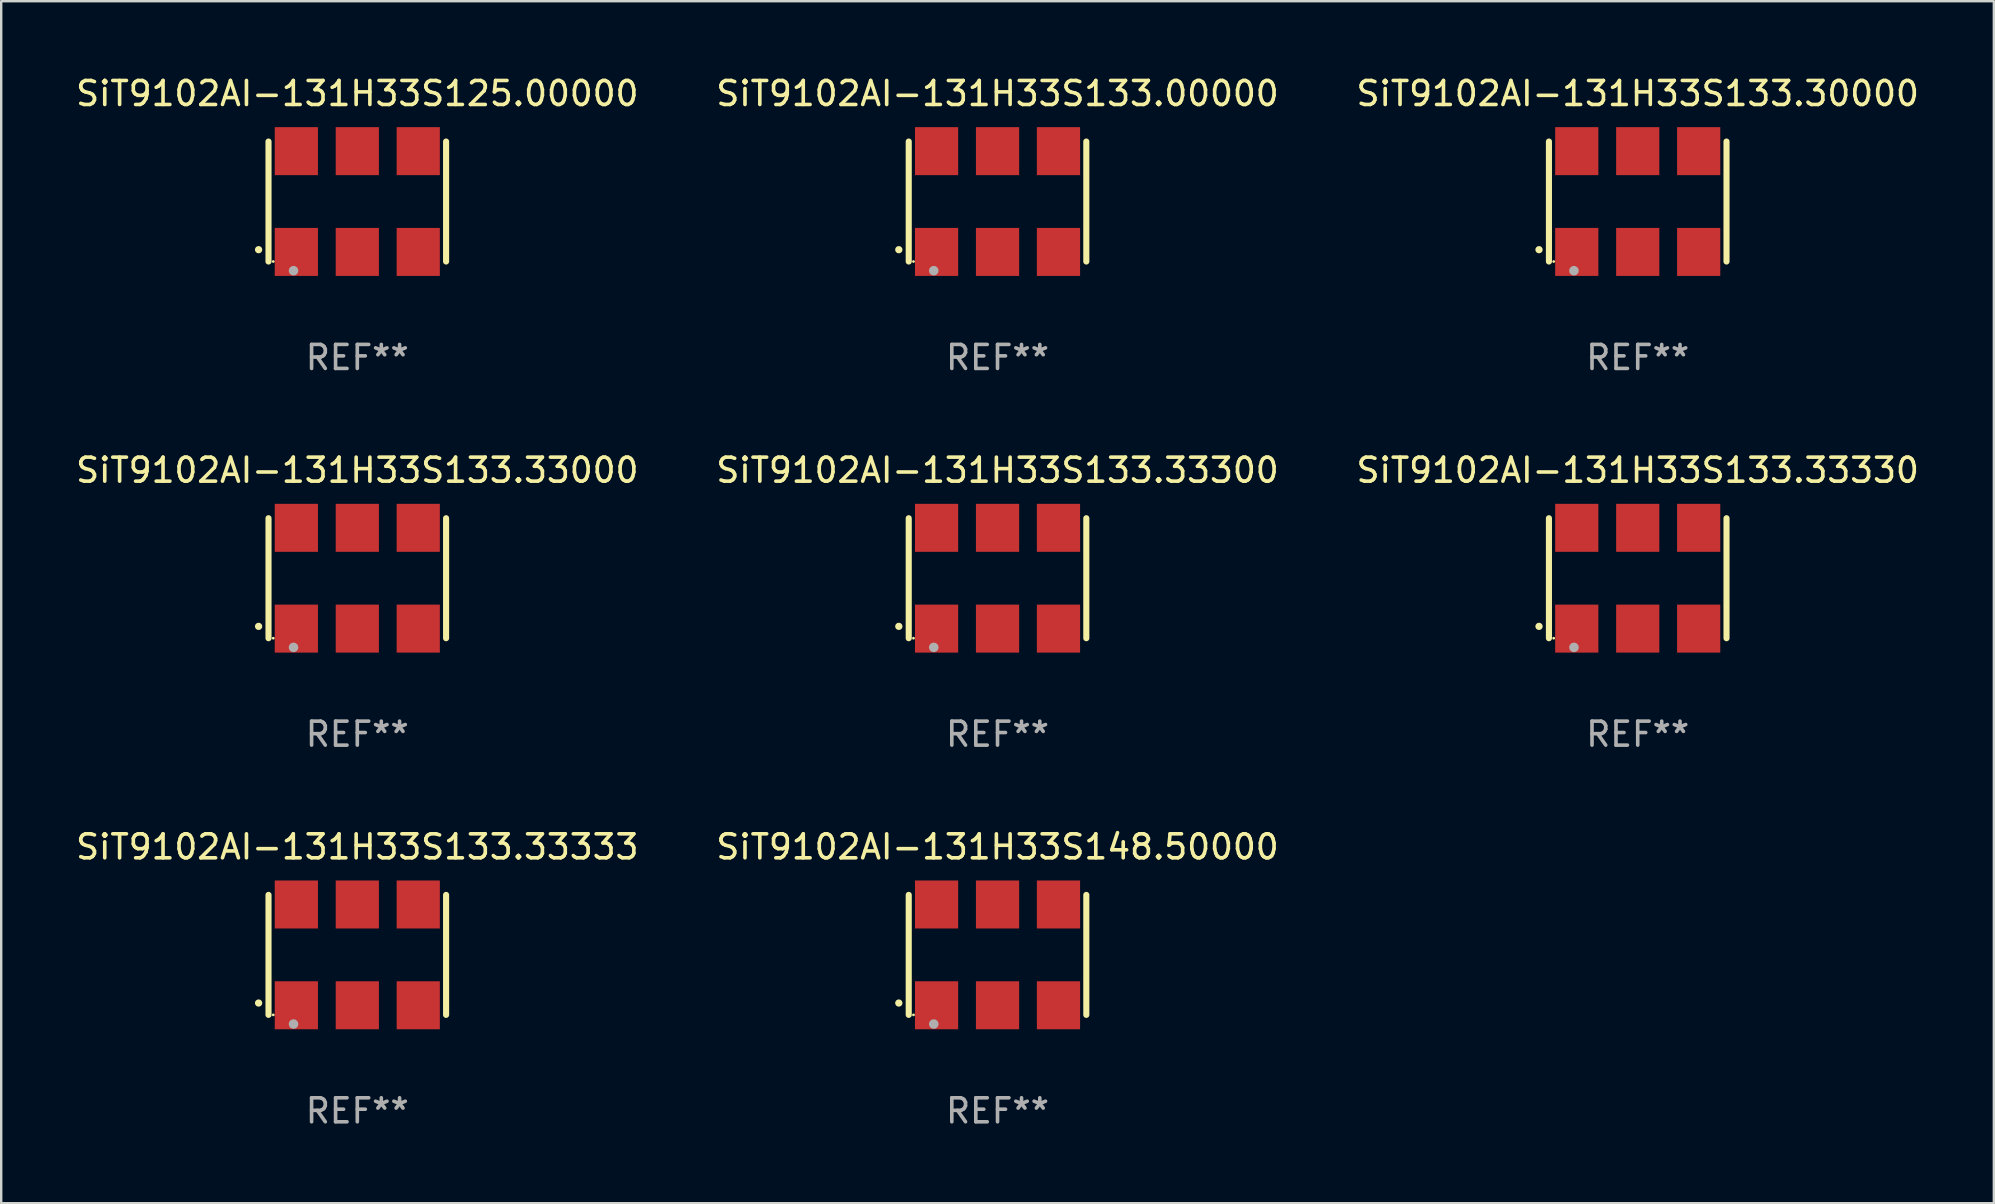
<source format=kicad_pcb>
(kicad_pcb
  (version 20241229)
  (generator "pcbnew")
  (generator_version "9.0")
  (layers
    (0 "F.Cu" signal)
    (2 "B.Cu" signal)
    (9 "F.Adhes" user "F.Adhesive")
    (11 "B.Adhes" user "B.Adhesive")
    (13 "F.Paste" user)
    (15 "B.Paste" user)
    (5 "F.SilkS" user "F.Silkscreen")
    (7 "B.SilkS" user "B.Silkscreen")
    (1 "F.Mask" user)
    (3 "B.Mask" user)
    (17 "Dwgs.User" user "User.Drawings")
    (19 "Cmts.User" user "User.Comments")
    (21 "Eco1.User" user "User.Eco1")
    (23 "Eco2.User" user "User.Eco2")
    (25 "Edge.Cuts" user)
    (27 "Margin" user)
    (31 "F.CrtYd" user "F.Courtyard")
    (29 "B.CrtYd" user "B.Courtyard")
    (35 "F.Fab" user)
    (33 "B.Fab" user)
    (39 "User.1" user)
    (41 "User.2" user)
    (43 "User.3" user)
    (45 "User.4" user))
  (footprint "SiT9102AI-131H33S133.00000"
    (layer "F.Cu")
    (at 38.518 5.348)
    (property "Reference" "SiT9102AI-131H33S133.00000" (at 0 -4.5 0) (layer "F.SilkS") (effects (font (size 1 1) (thickness 0.15))))
    (attr through_hole)
    (fp_line (start -3.7 -2.5) (end -3.7 2.5) (stroke (width 0.254) (type solid)) (layer "F.SilkS"))
    (fp_line (start 3.7 -2.5) (end 3.7 2.5) (stroke (width 0.254) (type solid)) (layer "F.SilkS"))
    (fp_arc (start -4.114415 2.006604) (mid -4.113145 2.006599) (end -4.111875 2.006604) (stroke (width 0.3) (type solid)) (layer "F.SilkS"))
    (fp_circle (center -3.502 2.5) (end -3.472 2.5) (stroke (width 0.06) (type solid)) (fill no) (layer "F.SilkS"))
    (fp_circle (center -2.657 2.882) (end -2.557 2.882) (stroke (width 0.2) (type solid)) (fill no) (layer "F.Fab"))
    (fp_text user "REF**" (at 0 6.5 0) (layer "F.Fab") (effects (font (size 1 1) (thickness 0.15))))
    (pad "1" smd rect (at -2.54 2.1) (size 1.8 2) (layers "F.Cu" "F.Mask" "F.Paste"))
    (pad "2" smd rect (at 0.000394 2.1) (size 1.8 2) (layers "F.Cu" "F.Mask" "F.Paste"))
    (pad "3" smd rect (at 2.54 2.1) (size 1.8 2) (layers "F.Cu" "F.Mask" "F.Paste"))
    (pad "4" smd rect (at 2.54 -2.1) (size 1.8 2) (layers "F.Cu" "F.Mask" "F.Paste"))
    (pad "5" smd rect (at 0.000394 -2.1) (size 1.8 2) (layers "F.Cu" "F.Mask" "F.Paste"))
    (pad "6" smd rect (at -2.54 -2.1) (size 1.8 2) (layers "F.Cu" "F.Mask" "F.Paste")))
  (footprint "SiT9102AI-131H33S133.33300"
    (layer "F.Cu")
    (at 38.518 21.045)
    (property "Reference" "SiT9102AI-131H33S133.33300" (at 0 -4.5 0) (layer "F.SilkS") (effects (font (size 1 1) (thickness 0.15))))
    (attr through_hole)
    (fp_line (start -3.7 -2.5) (end -3.7 2.5) (stroke (width 0.254) (type solid)) (layer "F.SilkS"))
    (fp_line (start 3.7 -2.5) (end 3.7 2.5) (stroke (width 0.254) (type solid)) (layer "F.SilkS"))
    (fp_arc (start -4.114415 2.006604) (mid -4.113145 2.006599) (end -4.111875 2.006604) (stroke (width 0.3) (type solid)) (layer "F.SilkS"))
    (fp_circle (center -3.502 2.5) (end -3.472 2.5) (stroke (width 0.06) (type solid)) (fill no) (layer "F.SilkS"))
    (fp_circle (center -2.657 2.882) (end -2.557 2.882) (stroke (width 0.2) (type solid)) (fill no) (layer "F.Fab"))
    (fp_text user "REF**" (at 0 6.5 0) (layer "F.Fab") (effects (font (size 1 1) (thickness 0.15))))
    (pad "1" smd rect (at -2.54 2.1) (size 1.8 2) (layers "F.Cu" "F.Mask" "F.Paste"))
    (pad "2" smd rect (at 0.000394 2.1) (size 1.8 2) (layers "F.Cu" "F.Mask" "F.Paste"))
    (pad "3" smd rect (at 2.54 2.1) (size 1.8 2) (layers "F.Cu" "F.Mask" "F.Paste"))
    (pad "4" smd rect (at 2.54 -2.1) (size 1.8 2) (layers "F.Cu" "F.Mask" "F.Paste"))
    (pad "5" smd rect (at 0.000394 -2.1) (size 1.8 2) (layers "F.Cu" "F.Mask" "F.Paste"))
    (pad "6" smd rect (at -2.54 -2.1) (size 1.8 2) (layers "F.Cu" "F.Mask" "F.Paste")))
  (footprint "SiT9102AI-131H33S133.33330"
    (layer "F.Cu")
    (at 65.196 21.045)
    (property "Reference" "SiT9102AI-131H33S133.33330" (at 0 -4.5 0) (layer "F.SilkS") (effects (font (size 1 1) (thickness 0.15))))
    (attr through_hole)
    (fp_line (start -3.7 -2.5) (end -3.7 2.5) (stroke (width 0.254) (type solid)) (layer "F.SilkS"))
    (fp_line (start 3.7 -2.5) (end 3.7 2.5) (stroke (width 0.254) (type solid)) (layer "F.SilkS"))
    (fp_arc (start -4.114415 2.006604) (mid -4.113145 2.006599) (end -4.111875 2.006604) (stroke (width 0.3) (type solid)) (layer "F.SilkS"))
    (fp_circle (center -3.502 2.5) (end -3.472 2.5) (stroke (width 0.06) (type solid)) (fill no) (layer "F.SilkS"))
    (fp_circle (center -2.657 2.882) (end -2.557 2.882) (stroke (width 0.2) (type solid)) (fill no) (layer "F.Fab"))
    (fp_text user "REF**" (at 0 6.5 0) (layer "F.Fab") (effects (font (size 1 1) (thickness 0.15))))
    (pad "1" smd rect (at -2.54 2.1) (size 1.8 2) (layers "F.Cu" "F.Mask" "F.Paste"))
    (pad "2" smd rect (at 0.000394 2.1) (size 1.8 2) (layers "F.Cu" "F.Mask" "F.Paste"))
    (pad "3" smd rect (at 2.54 2.1) (size 1.8 2) (layers "F.Cu" "F.Mask" "F.Paste"))
    (pad "4" smd rect (at 2.54 -2.1) (size 1.8 2) (layers "F.Cu" "F.Mask" "F.Paste"))
    (pad "5" smd rect (at 0.000394 -2.1) (size 1.8 2) (layers "F.Cu" "F.Mask" "F.Paste"))
    (pad "6" smd rect (at -2.54 -2.1) (size 1.8 2) (layers "F.Cu" "F.Mask" "F.Paste")))
  (footprint "SiT9102AI-131H33S133.30000"
    (layer "F.Cu")
    (at 65.196 5.348)
    (property "Reference" "SiT9102AI-131H33S133.30000" (at 0 -4.5 0) (layer "F.SilkS") (effects (font (size 1 1) (thickness 0.15))))
    (attr through_hole)
    (fp_line (start -3.7 -2.5) (end -3.7 2.5) (stroke (width 0.254) (type solid)) (layer "F.SilkS"))
    (fp_line (start 3.7 -2.5) (end 3.7 2.5) (stroke (width 0.254) (type solid)) (layer "F.SilkS"))
    (fp_arc (start -4.114415 2.006604) (mid -4.113145 2.006599) (end -4.111875 2.006604) (stroke (width 0.3) (type solid)) (layer "F.SilkS"))
    (fp_circle (center -3.502 2.5) (end -3.472 2.5) (stroke (width 0.06) (type solid)) (fill no) (layer "F.SilkS"))
    (fp_circle (center -2.657 2.882) (end -2.557 2.882) (stroke (width 0.2) (type solid)) (fill no) (layer "F.Fab"))
    (fp_text user "REF**" (at 0 6.5 0) (layer "F.Fab") (effects (font (size 1 1) (thickness 0.15))))
    (pad "1" smd rect (at -2.54 2.1) (size 1.8 2) (layers "F.Cu" "F.Mask" "F.Paste"))
    (pad "2" smd rect (at 0.000394 2.1) (size 1.8 2) (layers "F.Cu" "F.Mask" "F.Paste"))
    (pad "3" smd rect (at 2.54 2.1) (size 1.8 2) (layers "F.Cu" "F.Mask" "F.Paste"))
    (pad "4" smd rect (at 2.54 -2.1) (size 1.8 2) (layers "F.Cu" "F.Mask" "F.Paste"))
    (pad "5" smd rect (at 0.000394 -2.1) (size 1.8 2) (layers "F.Cu" "F.Mask" "F.Paste"))
    (pad "6" smd rect (at -2.54 -2.1) (size 1.8 2) (layers "F.Cu" "F.Mask" "F.Paste")))
  (footprint "SiT9102AI-131H33S133.33333"
    (layer "F.Cu")
    (at 11.839 36.741)
    (property "Reference" "SiT9102AI-131H33S133.33333" (at 0 -4.5 0) (layer "F.SilkS") (effects (font (size 1 1) (thickness 0.15))))
    (attr through_hole)
    (fp_line (start -3.7 -2.5) (end -3.7 2.5) (stroke (width 0.254) (type solid)) (layer "F.SilkS"))
    (fp_line (start 3.7 -2.5) (end 3.7 2.5) (stroke (width 0.254) (type solid)) (layer "F.SilkS"))
    (fp_arc (start -4.114415 2.006604) (mid -4.113145 2.006599) (end -4.111875 2.006604) (stroke (width 0.3) (type solid)) (layer "F.SilkS"))
    (fp_circle (center -3.502 2.5) (end -3.472 2.5) (stroke (width 0.06) (type solid)) (fill no) (layer "F.SilkS"))
    (fp_circle (center -2.657 2.882) (end -2.557 2.882) (stroke (width 0.2) (type solid)) (fill no) (layer "F.Fab"))
    (fp_text user "REF**" (at 0 6.5 0) (layer "F.Fab") (effects (font (size 1 1) (thickness 0.15))))
    (pad "1" smd rect (at -2.54 2.1) (size 1.8 2) (layers "F.Cu" "F.Mask" "F.Paste"))
    (pad "2" smd rect (at 0.000394 2.1) (size 1.8 2) (layers "F.Cu" "F.Mask" "F.Paste"))
    (pad "3" smd rect (at 2.54 2.1) (size 1.8 2) (layers "F.Cu" "F.Mask" "F.Paste"))
    (pad "4" smd rect (at 2.54 -2.1) (size 1.8 2) (layers "F.Cu" "F.Mask" "F.Paste"))
    (pad "5" smd rect (at 0.000394 -2.1) (size 1.8 2) (layers "F.Cu" "F.Mask" "F.Paste"))
    (pad "6" smd rect (at -2.54 -2.1) (size 1.8 2) (layers "F.Cu" "F.Mask" "F.Paste")))
  (footprint "SiT9102AI-131H33S148.50000"
    (layer "F.Cu")
    (at 38.518 36.741)
    (property "Reference" "SiT9102AI-131H33S148.50000" (at 0 -4.5 0) (layer "F.SilkS") (effects (font (size 1 1) (thickness 0.15))))
    (attr through_hole)
    (fp_line (start -3.7 -2.5) (end -3.7 2.5) (stroke (width 0.254) (type solid)) (layer "F.SilkS"))
    (fp_line (start 3.7 -2.5) (end 3.7 2.5) (stroke (width 0.254) (type solid)) (layer "F.SilkS"))
    (fp_arc (start -4.114415 2.006604) (mid -4.113145 2.006599) (end -4.111875 2.006604) (stroke (width 0.3) (type solid)) (layer "F.SilkS"))
    (fp_circle (center -3.502 2.5) (end -3.472 2.5) (stroke (width 0.06) (type solid)) (fill no) (layer "F.SilkS"))
    (fp_circle (center -2.657 2.882) (end -2.557 2.882) (stroke (width 0.2) (type solid)) (fill no) (layer "F.Fab"))
    (fp_text user "REF**" (at 0 6.5 0) (layer "F.Fab") (effects (font (size 1 1) (thickness 0.15))))
    (pad "1" smd rect (at -2.54 2.1) (size 1.8 2) (layers "F.Cu" "F.Mask" "F.Paste"))
    (pad "2" smd rect (at 0.000394 2.1) (size 1.8 2) (layers "F.Cu" "F.Mask" "F.Paste"))
    (pad "3" smd rect (at 2.54 2.1) (size 1.8 2) (layers "F.Cu" "F.Mask" "F.Paste"))
    (pad "4" smd rect (at 2.54 -2.1) (size 1.8 2) (layers "F.Cu" "F.Mask" "F.Paste"))
    (pad "5" smd rect (at 0.000394 -2.1) (size 1.8 2) (layers "F.Cu" "F.Mask" "F.Paste"))
    (pad "6" smd rect (at -2.54 -2.1) (size 1.8 2) (layers "F.Cu" "F.Mask" "F.Paste")))
  (footprint "SiT9102AI-131H33S125.00000"
    (layer "F.Cu")
    (at 11.839 5.348)
    (property "Reference" "SiT9102AI-131H33S125.00000" (at 0 -4.5 0) (layer "F.SilkS") (effects (font (size 1 1) (thickness 0.15))))
    (attr through_hole)
    (fp_line (start -3.7 -2.5) (end -3.7 2.5) (stroke (width 0.254) (type solid)) (layer "F.SilkS"))
    (fp_line (start 3.7 -2.5) (end 3.7 2.5) (stroke (width 0.254) (type solid)) (layer "F.SilkS"))
    (fp_arc (start -4.114415 2.006604) (mid -4.113145 2.006599) (end -4.111875 2.006604) (stroke (width 0.3) (type solid)) (layer "F.SilkS"))
    (fp_circle (center -3.502 2.5) (end -3.472 2.5) (stroke (width 0.06) (type solid)) (fill no) (layer "F.SilkS"))
    (fp_circle (center -2.657 2.882) (end -2.557 2.882) (stroke (width 0.2) (type solid)) (fill no) (layer "F.Fab"))
    (fp_text user "REF**" (at 0 6.5 0) (layer "F.Fab") (effects (font (size 1 1) (thickness 0.15))))
    (pad "1" smd rect (at -2.54 2.1) (size 1.8 2) (layers "F.Cu" "F.Mask" "F.Paste"))
    (pad "2" smd rect (at 0.000394 2.1) (size 1.8 2) (layers "F.Cu" "F.Mask" "F.Paste"))
    (pad "3" smd rect (at 2.54 2.1) (size 1.8 2) (layers "F.Cu" "F.Mask" "F.Paste"))
    (pad "4" smd rect (at 2.54 -2.1) (size 1.8 2) (layers "F.Cu" "F.Mask" "F.Paste"))
    (pad "5" smd rect (at 0.000394 -2.1) (size 1.8 2) (layers "F.Cu" "F.Mask" "F.Paste"))
    (pad "6" smd rect (at -2.54 -2.1) (size 1.8 2) (layers "F.Cu" "F.Mask" "F.Paste")))
  (footprint "SiT9102AI-131H33S133.33000"
    (layer "F.Cu")
    (at 11.839 21.045)
    (property "Reference" "SiT9102AI-131H33S133.33000" (at 0 -4.5 0) (layer "F.SilkS") (effects (font (size 1 1) (thickness 0.15))))
    (attr through_hole)
    (fp_line (start -3.7 -2.5) (end -3.7 2.5) (stroke (width 0.254) (type solid)) (layer "F.SilkS"))
    (fp_line (start 3.7 -2.5) (end 3.7 2.5) (stroke (width 0.254) (type solid)) (layer "F.SilkS"))
    (fp_arc (start -4.114415 2.006604) (mid -4.113145 2.006599) (end -4.111875 2.006604) (stroke (width 0.3) (type solid)) (layer "F.SilkS"))
    (fp_circle (center -3.502 2.5) (end -3.472 2.5) (stroke (width 0.06) (type solid)) (fill no) (layer "F.SilkS"))
    (fp_circle (center -2.657 2.882) (end -2.557 2.882) (stroke (width 0.2) (type solid)) (fill no) (layer "F.Fab"))
    (fp_text user "REF**" (at 0 6.5 0) (layer "F.Fab") (effects (font (size 1 1) (thickness 0.15))))
    (pad "1" smd rect (at -2.54 2.1) (size 1.8 2) (layers "F.Cu" "F.Mask" "F.Paste"))
    (pad "2" smd rect (at 0.000394 2.1) (size 1.8 2) (layers "F.Cu" "F.Mask" "F.Paste"))
    (pad "3" smd rect (at 2.54 2.1) (size 1.8 2) (layers "F.Cu" "F.Mask" "F.Paste"))
    (pad "4" smd rect (at 2.54 -2.1) (size 1.8 2) (layers "F.Cu" "F.Mask" "F.Paste"))
    (pad "5" smd rect (at 0.000394 -2.1) (size 1.8 2) (layers "F.Cu" "F.Mask" "F.Paste"))
    (pad "6" smd rect (at -2.54 -2.1) (size 1.8 2) (layers "F.Cu" "F.Mask" "F.Paste")))
  (gr_rect
    (start -3 -3)
    (end 80.036 47.09)
    (stroke (width 0.1) (type default))
    (fill no)
    (layer "Edge.Cuts")))
</source>
